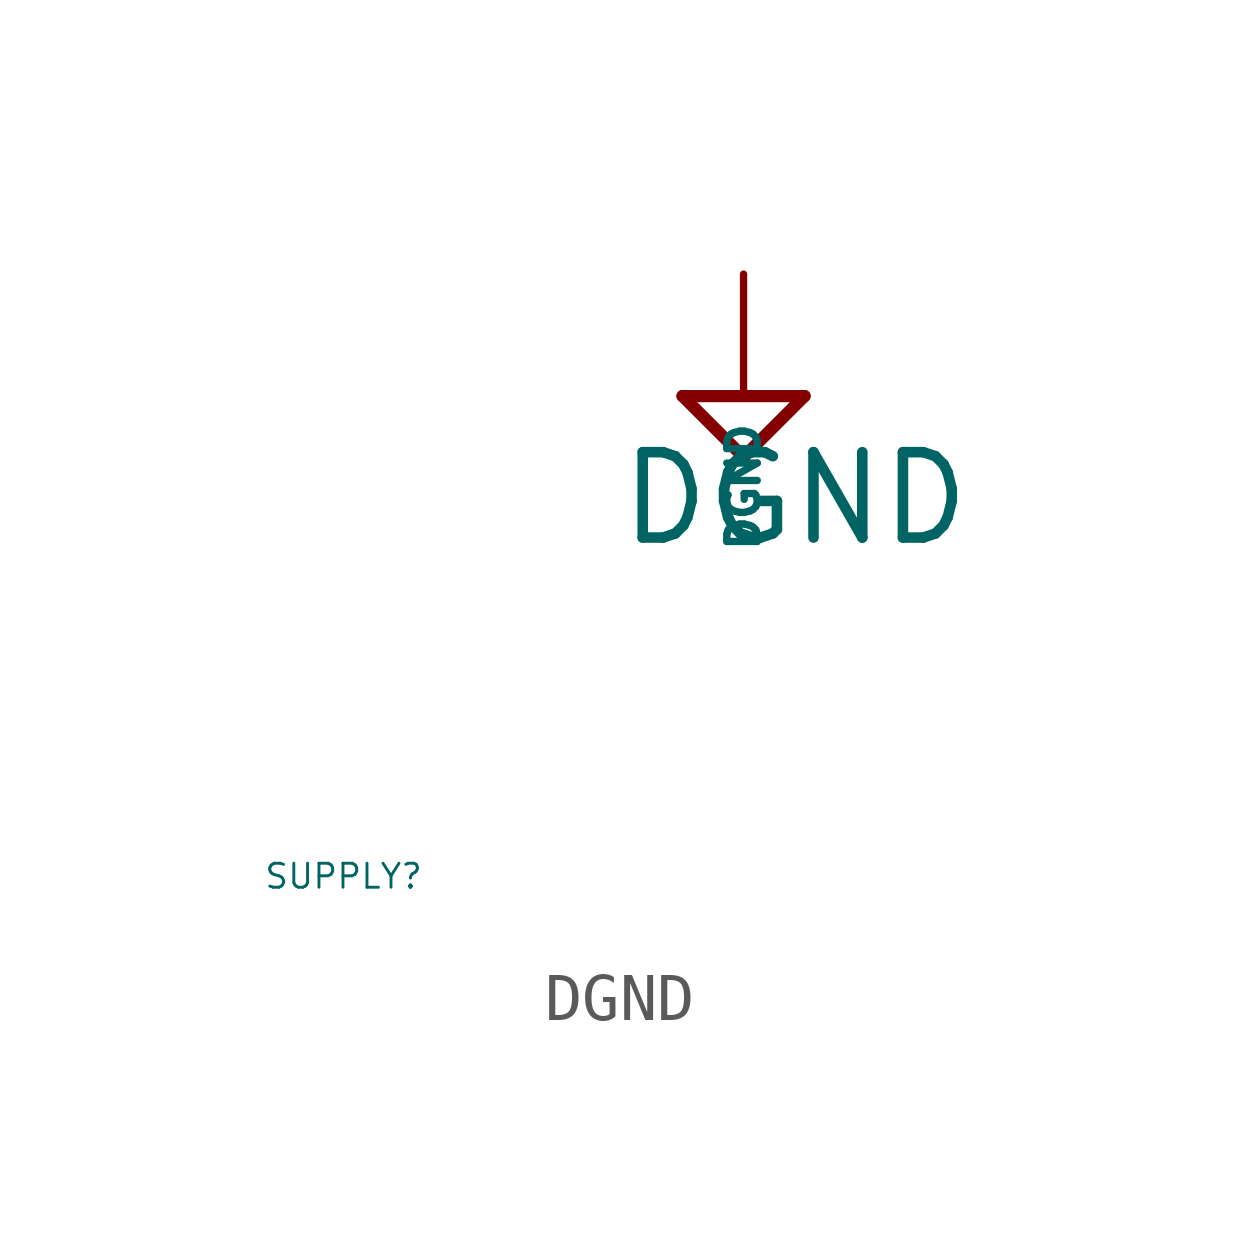
<source format=kicad_sym>
(kicad_symbol_lib
  (version 20220914)
  (generator Eagle2Kicad)
  (symbol "DGND"
    (property "Reference" "SUPPLY"
      (at -10 -10 0)
      (effects (font (size 0.5 0.5) (thickness 0.06)) (justify left)))
    (property "Value" "DGND"
      (at -2.667 -3.175 0)
      (effects (font (size 1.778 1.778) (thickness 0.22)) (justify left bottom)))
    (polyline
      (pts (xy -1.27 0) (xy 1.27 0))
      (stroke (width 0.254) (type default))
      (fill (type none)))
    (polyline
      (pts (xy 1.27 0) (xy 0 -1.27))
      (stroke (width 0.254) (type default))
      (fill (type none)))
    (polyline
      (pts (xy 0 -1.27) (xy -1.27 0))
      (stroke (width 0.254) (type default))
      (fill (type none)))
    (pin unspecified line
      (at 0 2.54 270)
      (length 2.54)
      (name "DGND" (effects (font (size 0.635 0.635) (thickness 0.08)) (justify left bottom)))
      (number "" (effects (font (size 0.635 0.635) (thickness 0.08)) (justify left bottom))))))
</source>
